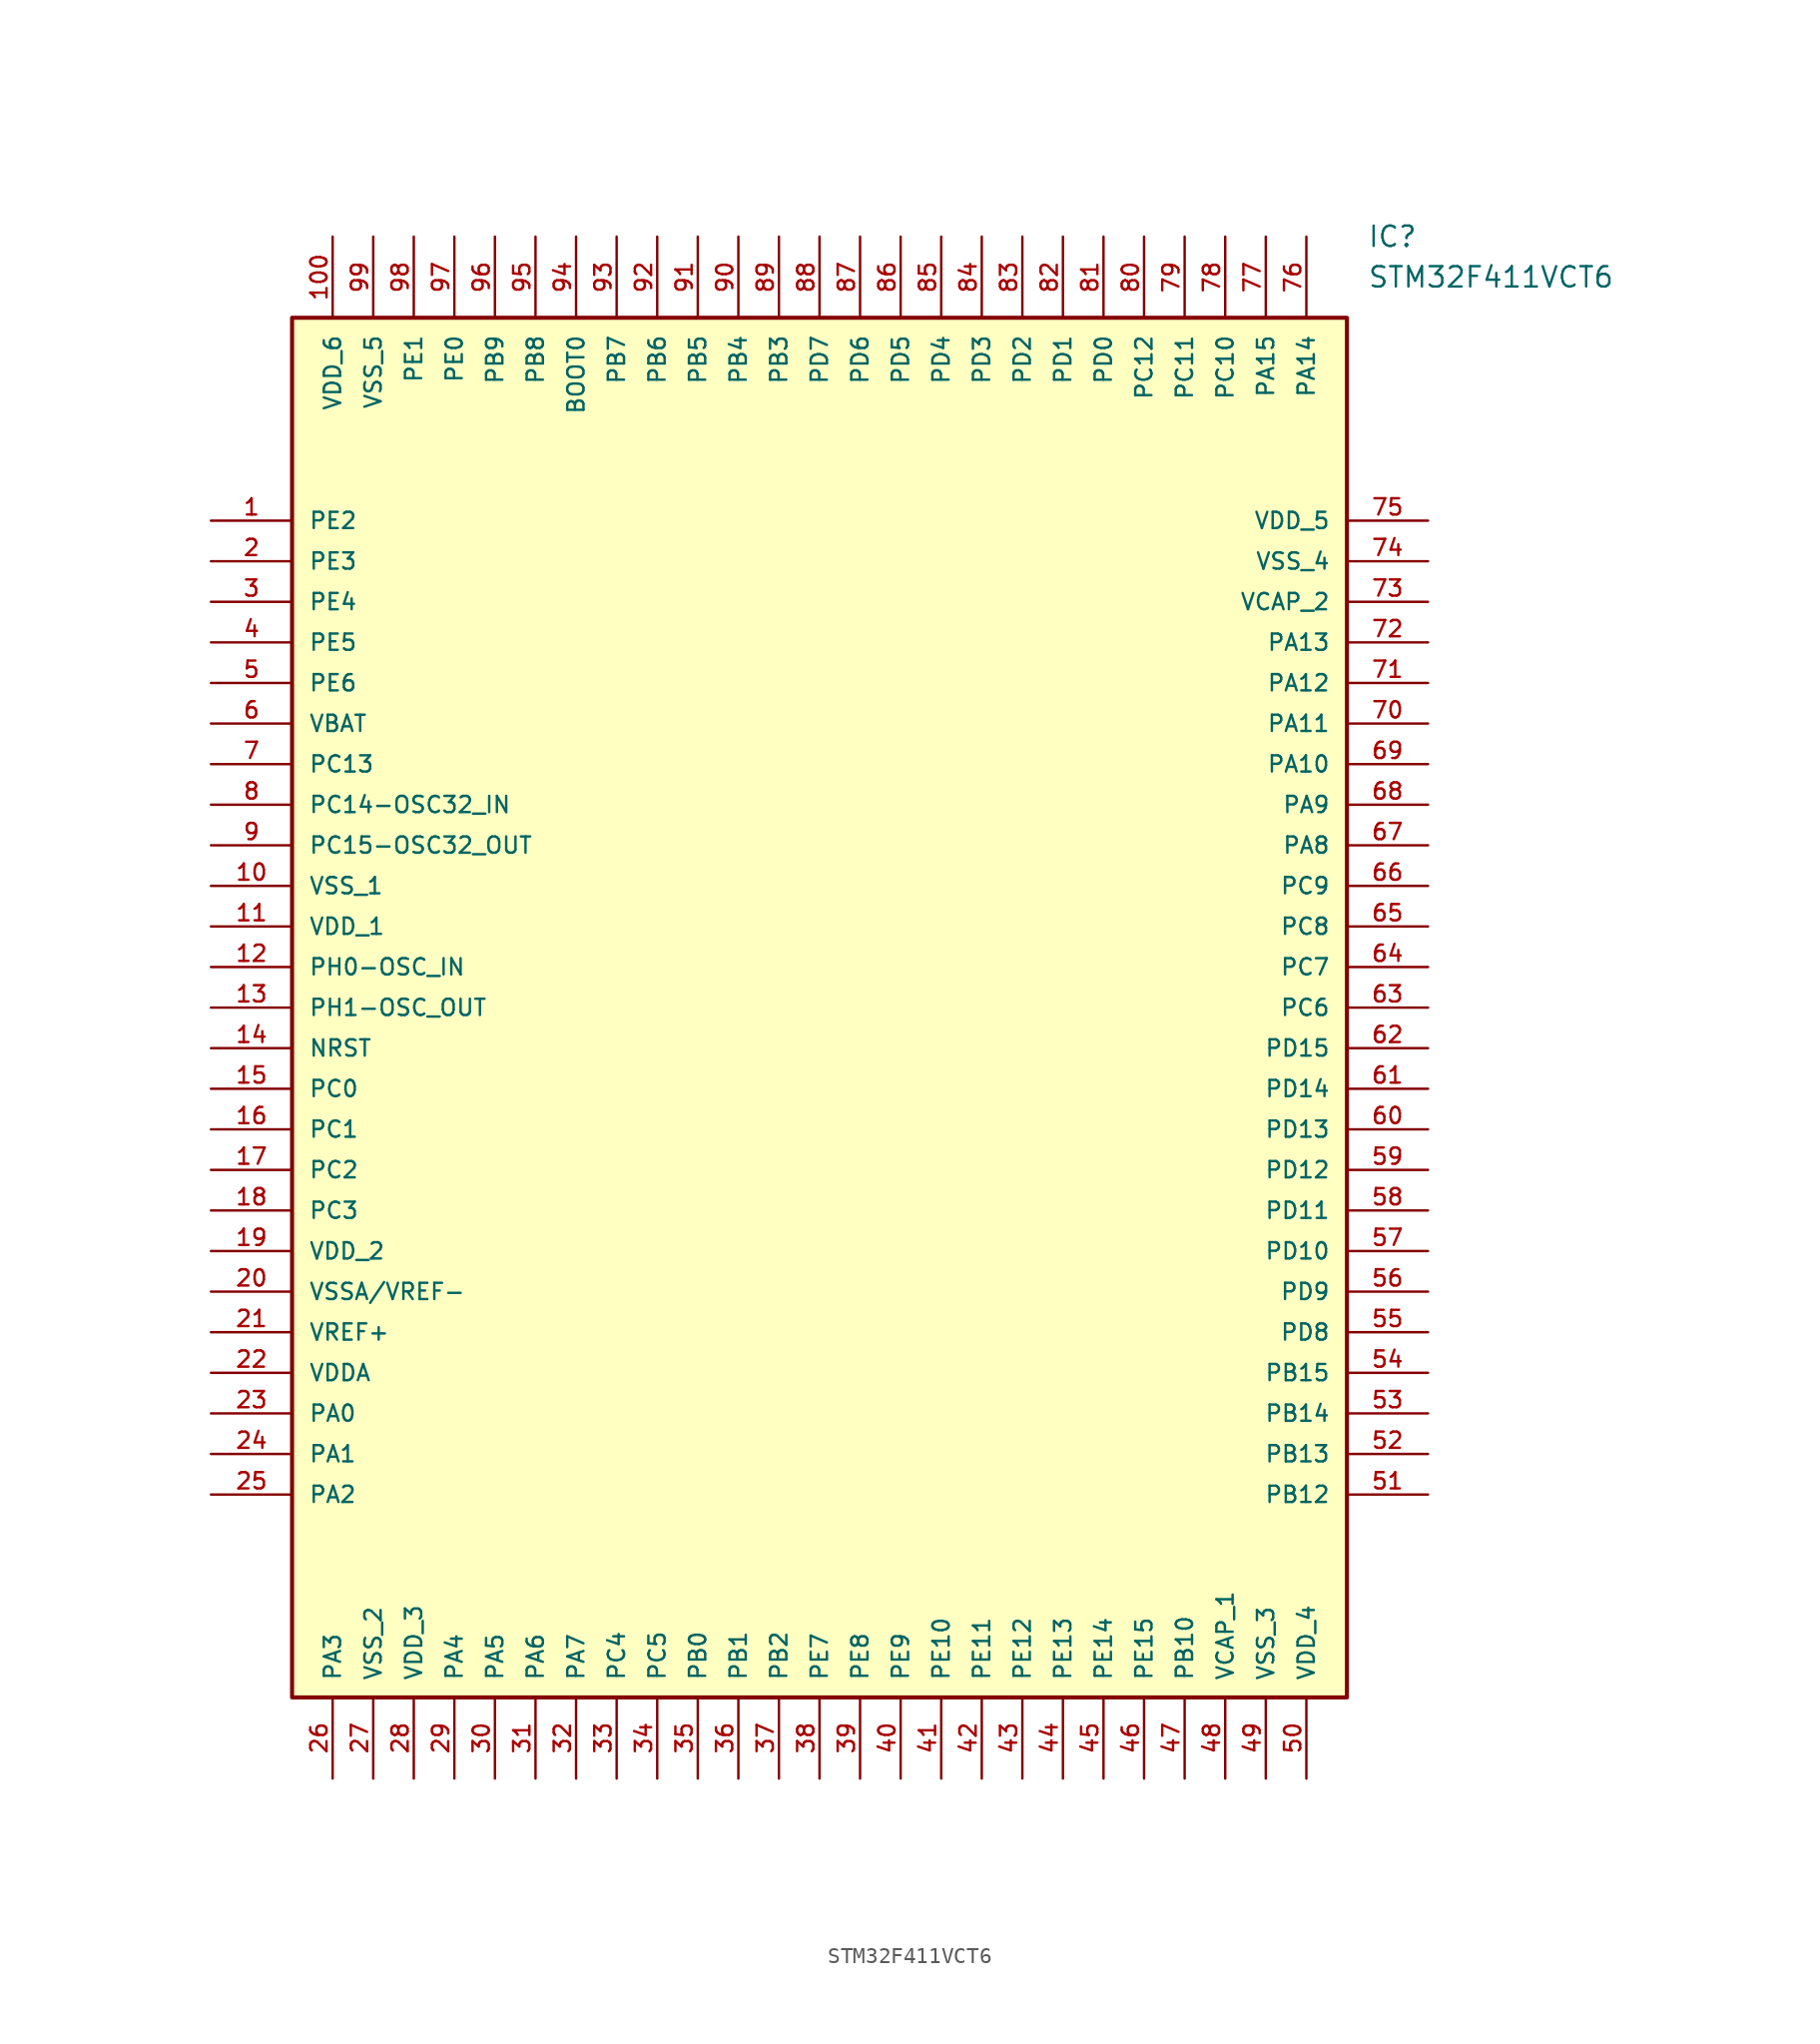
<source format=kicad_sym>
(kicad_symbol_lib
  (version 20231120)
  (generator "kicad_symbol_editor")
  (generator_version "8.0")
  (symbol "STM32F411VCT6"
    (pin_names
      (offset 1.016))
    (property "Reference" "IC"
      (at 72.39 17.78 0)
      (effects (font (size 1.27 1.27)) (justify left)))
    (property "Value" "STM32F411VCT6"
      (at 72.39 15.24 0)
      (effects (font (size 1.27 1.27)) (justify left)))
    (symbol "STM32F411VCT6_0_0"
      (rectangle (start 5.08 -73.66) (end 71.12 12.7) (stroke (width 0.254) (type default)) (fill (type background)))
      (pin bidirectional line (at 0 0 0) (length 5.08) (name "PE2" (effects (font (size 1.016 1.016)))) (number "1" (effects (font (size 1.016 1.016)))))
      (pin bidirectional line (at 0 -22.86 0) (length 5.08) (name "VSS_1" (effects (font (size 1.016 1.016)))) (number "10" (effects (font (size 1.016 1.016)))))
      (pin bidirectional line (at 7.62 17.78 270) (length 5.08) (name "VDD_6" (effects (font (size 1.016 1.016)))) (number "100" (effects (font (size 1.016 1.016)))))
      (pin bidirectional line (at 0 -25.4 0) (length 5.08) (name "VDD_1" (effects (font (size 1.016 1.016)))) (number "11" (effects (font (size 1.016 1.016)))))
      (pin bidirectional line (at 0 -27.94 0) (length 5.08) (name "PH0-OSC_IN" (effects (font (size 1.016 1.016)))) (number "12" (effects (font (size 1.016 1.016)))))
      (pin bidirectional line (at 0 -30.48 0) (length 5.08) (name "PH1-OSC_OUT" (effects (font (size 1.016 1.016)))) (number "13" (effects (font (size 1.016 1.016)))))
      (pin bidirectional line (at 0 -33.02 0) (length 5.08) (name "NRST" (effects (font (size 1.016 1.016)))) (number "14" (effects (font (size 1.016 1.016)))))
      (pin bidirectional line (at 0 -35.56 0) (length 5.08) (name "PC0" (effects (font (size 1.016 1.016)))) (number "15" (effects (font (size 1.016 1.016)))))
      (pin bidirectional line (at 0 -38.1 0) (length 5.08) (name "PC1" (effects (font (size 1.016 1.016)))) (number "16" (effects (font (size 1.016 1.016)))))
      (pin bidirectional line (at 0 -40.64 0) (length 5.08) (name "PC2" (effects (font (size 1.016 1.016)))) (number "17" (effects (font (size 1.016 1.016)))))
      (pin bidirectional line (at 0 -43.18 0) (length 5.08) (name "PC3" (effects (font (size 1.016 1.016)))) (number "18" (effects (font (size 1.016 1.016)))))
      (pin bidirectional line (at 0 -45.72 0) (length 5.08) (name "VDD_2" (effects (font (size 1.016 1.016)))) (number "19" (effects (font (size 1.016 1.016)))))
      (pin bidirectional line (at 0 -2.54 0) (length 5.08) (name "PE3" (effects (font (size 1.016 1.016)))) (number "2" (effects (font (size 1.016 1.016)))))
      (pin bidirectional line (at 0 -48.26 0) (length 5.08) (name "VSSA/VREF-" (effects (font (size 1.016 1.016)))) (number "20" (effects (font (size 1.016 1.016)))))
      (pin bidirectional line (at 0 -50.8 0) (length 5.08) (name "VREF+" (effects (font (size 1.016 1.016)))) (number "21" (effects (font (size 1.016 1.016)))))
      (pin bidirectional line (at 0 -53.34 0) (length 5.08) (name "VDDA" (effects (font (size 1.016 1.016)))) (number "22" (effects (font (size 1.016 1.016)))))
      (pin bidirectional line (at 0 -55.88 0) (length 5.08) (name "PA0" (effects (font (size 1.016 1.016)))) (number "23" (effects (font (size 1.016 1.016)))))
      (pin bidirectional line (at 0 -58.42 0) (length 5.08) (name "PA1" (effects (font (size 1.016 1.016)))) (number "24" (effects (font (size 1.016 1.016)))))
      (pin bidirectional line (at 0 -60.96 0) (length 5.08) (name "PA2" (effects (font (size 1.016 1.016)))) (number "25" (effects (font (size 1.016 1.016)))))
      (pin bidirectional line (at 7.62 -78.74 90) (length 5.08) (name "PA3" (effects (font (size 1.016 1.016)))) (number "26" (effects (font (size 1.016 1.016)))))
      (pin bidirectional line (at 10.16 -78.74 90) (length 5.08) (name "VSS_2" (effects (font (size 1.016 1.016)))) (number "27" (effects (font (size 1.016 1.016)))))
      (pin bidirectional line (at 12.7 -78.74 90) (length 5.08) (name "VDD_3" (effects (font (size 1.016 1.016)))) (number "28" (effects (font (size 1.016 1.016)))))
      (pin bidirectional line (at 15.24 -78.74 90) (length 5.08) (name "PA4" (effects (font (size 1.016 1.016)))) (number "29" (effects (font (size 1.016 1.016)))))
      (pin bidirectional line (at 0 -5.08 0) (length 5.08) (name "PE4" (effects (font (size 1.016 1.016)))) (number "3" (effects (font (size 1.016 1.016)))))
      (pin bidirectional line (at 17.78 -78.74 90) (length 5.08) (name "PA5" (effects (font (size 1.016 1.016)))) (number "30" (effects (font (size 1.016 1.016)))))
      (pin bidirectional line (at 20.32 -78.74 90) (length 5.08) (name "PA6" (effects (font (size 1.016 1.016)))) (number "31" (effects (font (size 1.016 1.016)))))
      (pin bidirectional line (at 22.86 -78.74 90) (length 5.08) (name "PA7" (effects (font (size 1.016 1.016)))) (number "32" (effects (font (size 1.016 1.016)))))
      (pin bidirectional line (at 25.4 -78.74 90) (length 5.08) (name "PC4" (effects (font (size 1.016 1.016)))) (number "33" (effects (font (size 1.016 1.016)))))
      (pin bidirectional line (at 27.94 -78.74 90) (length 5.08) (name "PC5" (effects (font (size 1.016 1.016)))) (number "34" (effects (font (size 1.016 1.016)))))
      (pin bidirectional line (at 30.48 -78.74 90) (length 5.08) (name "PB0" (effects (font (size 1.016 1.016)))) (number "35" (effects (font (size 1.016 1.016)))))
      (pin bidirectional line (at 33.02 -78.74 90) (length 5.08) (name "PB1" (effects (font (size 1.016 1.016)))) (number "36" (effects (font (size 1.016 1.016)))))
      (pin bidirectional line (at 35.56 -78.74 90) (length 5.08) (name "PB2" (effects (font (size 1.016 1.016)))) (number "37" (effects (font (size 1.016 1.016)))))
      (pin bidirectional line (at 38.1 -78.74 90) (length 5.08) (name "PE7" (effects (font (size 1.016 1.016)))) (number "38" (effects (font (size 1.016 1.016)))))
      (pin bidirectional line (at 40.64 -78.74 90) (length 5.08) (name "PE8" (effects (font (size 1.016 1.016)))) (number "39" (effects (font (size 1.016 1.016)))))
      (pin bidirectional line (at 0 -7.62 0) (length 5.08) (name "PE5" (effects (font (size 1.016 1.016)))) (number "4" (effects (font (size 1.016 1.016)))))
      (pin bidirectional line (at 43.18 -78.74 90) (length 5.08) (name "PE9" (effects (font (size 1.016 1.016)))) (number "40" (effects (font (size 1.016 1.016)))))
      (pin bidirectional line (at 45.72 -78.74 90) (length 5.08) (name "PE10" (effects (font (size 1.016 1.016)))) (number "41" (effects (font (size 1.016 1.016)))))
      (pin bidirectional line (at 48.26 -78.74 90) (length 5.08) (name "PE11" (effects (font (size 1.016 1.016)))) (number "42" (effects (font (size 1.016 1.016)))))
      (pin bidirectional line (at 50.8 -78.74 90) (length 5.08) (name "PE12" (effects (font (size 1.016 1.016)))) (number "43" (effects (font (size 1.016 1.016)))))
      (pin bidirectional line (at 53.34 -78.74 90) (length 5.08) (name "PE13" (effects (font (size 1.016 1.016)))) (number "44" (effects (font (size 1.016 1.016)))))
      (pin bidirectional line (at 55.88 -78.74 90) (length 5.08) (name "PE14" (effects (font (size 1.016 1.016)))) (number "45" (effects (font (size 1.016 1.016)))))
      (pin bidirectional line (at 58.42 -78.74 90) (length 5.08) (name "PE15" (effects (font (size 1.016 1.016)))) (number "46" (effects (font (size 1.016 1.016)))))
      (pin bidirectional line (at 60.96 -78.74 90) (length 5.08) (name "PB10" (effects (font (size 1.016 1.016)))) (number "47" (effects (font (size 1.016 1.016)))))
      (pin bidirectional line (at 63.5 -78.74 90) (length 5.08) (name "VCAP_1" (effects (font (size 1.016 1.016)))) (number "48" (effects (font (size 1.016 1.016)))))
      (pin bidirectional line (at 66.04 -78.74 90) (length 5.08) (name "VSS_3" (effects (font (size 1.016 1.016)))) (number "49" (effects (font (size 1.016 1.016)))))
      (pin bidirectional line (at 0 -10.16 0) (length 5.08) (name "PE6" (effects (font (size 1.016 1.016)))) (number "5" (effects (font (size 1.016 1.016)))))
      (pin bidirectional line (at 68.58 -78.74 90) (length 5.08) (name "VDD_4" (effects (font (size 1.016 1.016)))) (number "50" (effects (font (size 1.016 1.016)))))
      (pin bidirectional line (at 76.2 -60.96 180) (length 5.08) (name "PB12" (effects (font (size 1.016 1.016)))) (number "51" (effects (font (size 1.016 1.016)))))
      (pin bidirectional line (at 76.2 -58.42 180) (length 5.08) (name "PB13" (effects (font (size 1.016 1.016)))) (number "52" (effects (font (size 1.016 1.016)))))
      (pin bidirectional line (at 76.2 -55.88 180) (length 5.08) (name "PB14" (effects (font (size 1.016 1.016)))) (number "53" (effects (font (size 1.016 1.016)))))
      (pin bidirectional line (at 76.2 -53.34 180) (length 5.08) (name "PB15" (effects (font (size 1.016 1.016)))) (number "54" (effects (font (size 1.016 1.016)))))
      (pin bidirectional line (at 76.2 -50.8 180) (length 5.08) (name "PD8" (effects (font (size 1.016 1.016)))) (number "55" (effects (font (size 1.016 1.016)))))
      (pin bidirectional line (at 76.2 -48.26 180) (length 5.08) (name "PD9" (effects (font (size 1.016 1.016)))) (number "56" (effects (font (size 1.016 1.016)))))
      (pin bidirectional line (at 76.2 -45.72 180) (length 5.08) (name "PD10" (effects (font (size 1.016 1.016)))) (number "57" (effects (font (size 1.016 1.016)))))
      (pin bidirectional line (at 76.2 -43.18 180) (length 5.08) (name "PD11" (effects (font (size 1.016 1.016)))) (number "58" (effects (font (size 1.016 1.016)))))
      (pin bidirectional line (at 76.2 -40.64 180) (length 5.08) (name "PD12" (effects (font (size 1.016 1.016)))) (number "59" (effects (font (size 1.016 1.016)))))
      (pin bidirectional line (at 0 -12.7 0) (length 5.08) (name "VBAT" (effects (font (size 1.016 1.016)))) (number "6" (effects (font (size 1.016 1.016)))))
      (pin bidirectional line (at 76.2 -38.1 180) (length 5.08) (name "PD13" (effects (font (size 1.016 1.016)))) (number "60" (effects (font (size 1.016 1.016)))))
      (pin bidirectional line (at 76.2 -35.56 180) (length 5.08) (name "PD14" (effects (font (size 1.016 1.016)))) (number "61" (effects (font (size 1.016 1.016)))))
      (pin bidirectional line (at 76.2 -33.02 180) (length 5.08) (name "PD15" (effects (font (size 1.016 1.016)))) (number "62" (effects (font (size 1.016 1.016)))))
      (pin bidirectional line (at 76.2 -30.48 180) (length 5.08) (name "PC6" (effects (font (size 1.016 1.016)))) (number "63" (effects (font (size 1.016 1.016)))))
      (pin bidirectional line (at 76.2 -27.94 180) (length 5.08) (name "PC7" (effects (font (size 1.016 1.016)))) (number "64" (effects (font (size 1.016 1.016)))))
      (pin bidirectional line (at 76.2 -25.4 180) (length 5.08) (name "PC8" (effects (font (size 1.016 1.016)))) (number "65" (effects (font (size 1.016 1.016)))))
      (pin bidirectional line (at 76.2 -22.86 180) (length 5.08) (name "PC9" (effects (font (size 1.016 1.016)))) (number "66" (effects (font (size 1.016 1.016)))))
      (pin bidirectional line (at 76.2 -20.32 180) (length 5.08) (name "PA8" (effects (font (size 1.016 1.016)))) (number "67" (effects (font (size 1.016 1.016)))))
      (pin bidirectional line (at 76.2 -17.78 180) (length 5.08) (name "PA9" (effects (font (size 1.016 1.016)))) (number "68" (effects (font (size 1.016 1.016)))))
      (pin bidirectional line (at 76.2 -15.24 180) (length 5.08) (name "PA10" (effects (font (size 1.016 1.016)))) (number "69" (effects (font (size 1.016 1.016)))))
      (pin bidirectional line (at 0 -15.24 0) (length 5.08) (name "PC13" (effects (font (size 1.016 1.016)))) (number "7" (effects (font (size 1.016 1.016)))))
      (pin bidirectional line (at 76.2 -12.7 180) (length 5.08) (name "PA11" (effects (font (size 1.016 1.016)))) (number "70" (effects (font (size 1.016 1.016)))))
      (pin bidirectional line (at 76.2 -10.16 180) (length 5.08) (name "PA12" (effects (font (size 1.016 1.016)))) (number "71" (effects (font (size 1.016 1.016)))))
      (pin bidirectional line (at 76.2 -7.62 180) (length 5.08) (name "PA13" (effects (font (size 1.016 1.016)))) (number "72" (effects (font (size 1.016 1.016)))))
      (pin bidirectional line (at 76.2 -5.08 180) (length 5.08) (name "VCAP_2" (effects (font (size 1.016 1.016)))) (number "73" (effects (font (size 1.016 1.016)))))
      (pin bidirectional line (at 76.2 -2.54 180) (length 5.08) (name "VSS_4" (effects (font (size 1.016 1.016)))) (number "74" (effects (font (size 1.016 1.016)))))
      (pin bidirectional line (at 76.2 0 180) (length 5.08) (name "VDD_5" (effects (font (size 1.016 1.016)))) (number "75" (effects (font (size 1.016 1.016)))))
      (pin bidirectional line (at 68.58 17.78 270) (length 5.08) (name "PA14" (effects (font (size 1.016 1.016)))) (number "76" (effects (font (size 1.016 1.016)))))
      (pin bidirectional line (at 66.04 17.78 270) (length 5.08) (name "PA15" (effects (font (size 1.016 1.016)))) (number "77" (effects (font (size 1.016 1.016)))))
      (pin bidirectional line (at 63.5 17.78 270) (length 5.08) (name "PC10" (effects (font (size 1.016 1.016)))) (number "78" (effects (font (size 1.016 1.016)))))
      (pin bidirectional line (at 60.96 17.78 270) (length 5.08) (name "PC11" (effects (font (size 1.016 1.016)))) (number "79" (effects (font (size 1.016 1.016)))))
      (pin bidirectional line (at 0 -17.78 0) (length 5.08) (name "PC14-OSC32_IN" (effects (font (size 1.016 1.016)))) (number "8" (effects (font (size 1.016 1.016)))))
      (pin bidirectional line (at 58.42 17.78 270) (length 5.08) (name "PC12" (effects (font (size 1.016 1.016)))) (number "80" (effects (font (size 1.016 1.016)))))
      (pin bidirectional line (at 55.88 17.78 270) (length 5.08) (name "PD0" (effects (font (size 1.016 1.016)))) (number "81" (effects (font (size 1.016 1.016)))))
      (pin bidirectional line (at 53.34 17.78 270) (length 5.08) (name "PD1" (effects (font (size 1.016 1.016)))) (number "82" (effects (font (size 1.016 1.016)))))
      (pin bidirectional line (at 50.8 17.78 270) (length 5.08) (name "PD2" (effects (font (size 1.016 1.016)))) (number "83" (effects (font (size 1.016 1.016)))))
      (pin bidirectional line (at 48.26 17.78 270) (length 5.08) (name "PD3" (effects (font (size 1.016 1.016)))) (number "84" (effects (font (size 1.016 1.016)))))
      (pin bidirectional line (at 45.72 17.78 270) (length 5.08) (name "PD4" (effects (font (size 1.016 1.016)))) (number "85" (effects (font (size 1.016 1.016)))))
      (pin bidirectional line (at 43.18 17.78 270) (length 5.08) (name "PD5" (effects (font (size 1.016 1.016)))) (number "86" (effects (font (size 1.016 1.016)))))
      (pin bidirectional line (at 40.64 17.78 270) (length 5.08) (name "PD6" (effects (font (size 1.016 1.016)))) (number "87" (effects (font (size 1.016 1.016)))))
      (pin bidirectional line (at 38.1 17.78 270) (length 5.08) (name "PD7" (effects (font (size 1.016 1.016)))) (number "88" (effects (font (size 1.016 1.016)))))
      (pin bidirectional line (at 35.56 17.78 270) (length 5.08) (name "PB3" (effects (font (size 1.016 1.016)))) (number "89" (effects (font (size 1.016 1.016)))))
      (pin bidirectional line (at 0 -20.32 0) (length 5.08) (name "PC15-OSC32_OUT" (effects (font (size 1.016 1.016)))) (number "9" (effects (font (size 1.016 1.016)))))
      (pin bidirectional line (at 33.02 17.78 270) (length 5.08) (name "PB4" (effects (font (size 1.016 1.016)))) (number "90" (effects (font (size 1.016 1.016)))))
      (pin bidirectional line (at 30.48 17.78 270) (length 5.08) (name "PB5" (effects (font (size 1.016 1.016)))) (number "91" (effects (font (size 1.016 1.016)))))
      (pin bidirectional line (at 27.94 17.78 270) (length 5.08) (name "PB6" (effects (font (size 1.016 1.016)))) (number "92" (effects (font (size 1.016 1.016)))))
      (pin bidirectional line (at 25.4 17.78 270) (length 5.08) (name "PB7" (effects (font (size 1.016 1.016)))) (number "93" (effects (font (size 1.016 1.016)))))
      (pin bidirectional line (at 22.86 17.78 270) (length 5.08) (name "BOOT0" (effects (font (size 1.016 1.016)))) (number "94" (effects (font (size 1.016 1.016)))))
      (pin bidirectional line (at 20.32 17.78 270) (length 5.08) (name "PB8" (effects (font (size 1.016 1.016)))) (number "95" (effects (font (size 1.016 1.016)))))
      (pin bidirectional line (at 17.78 17.78 270) (length 5.08) (name "PB9" (effects (font (size 1.016 1.016)))) (number "96" (effects (font (size 1.016 1.016)))))
      (pin bidirectional line (at 15.24 17.78 270) (length 5.08) (name "PE0" (effects (font (size 1.016 1.016)))) (number "97" (effects (font (size 1.016 1.016)))))
      (pin bidirectional line (at 12.7 17.78 270) (length 5.08) (name "PE1" (effects (font (size 1.016 1.016)))) (number "98" (effects (font (size 1.016 1.016)))))
      (pin bidirectional line (at 10.16 17.78 270) (length 5.08) (name "VSS_5" (effects (font (size 1.016 1.016)))) (number "99" (effects (font (size 1.016 1.016))))))))
</source>
